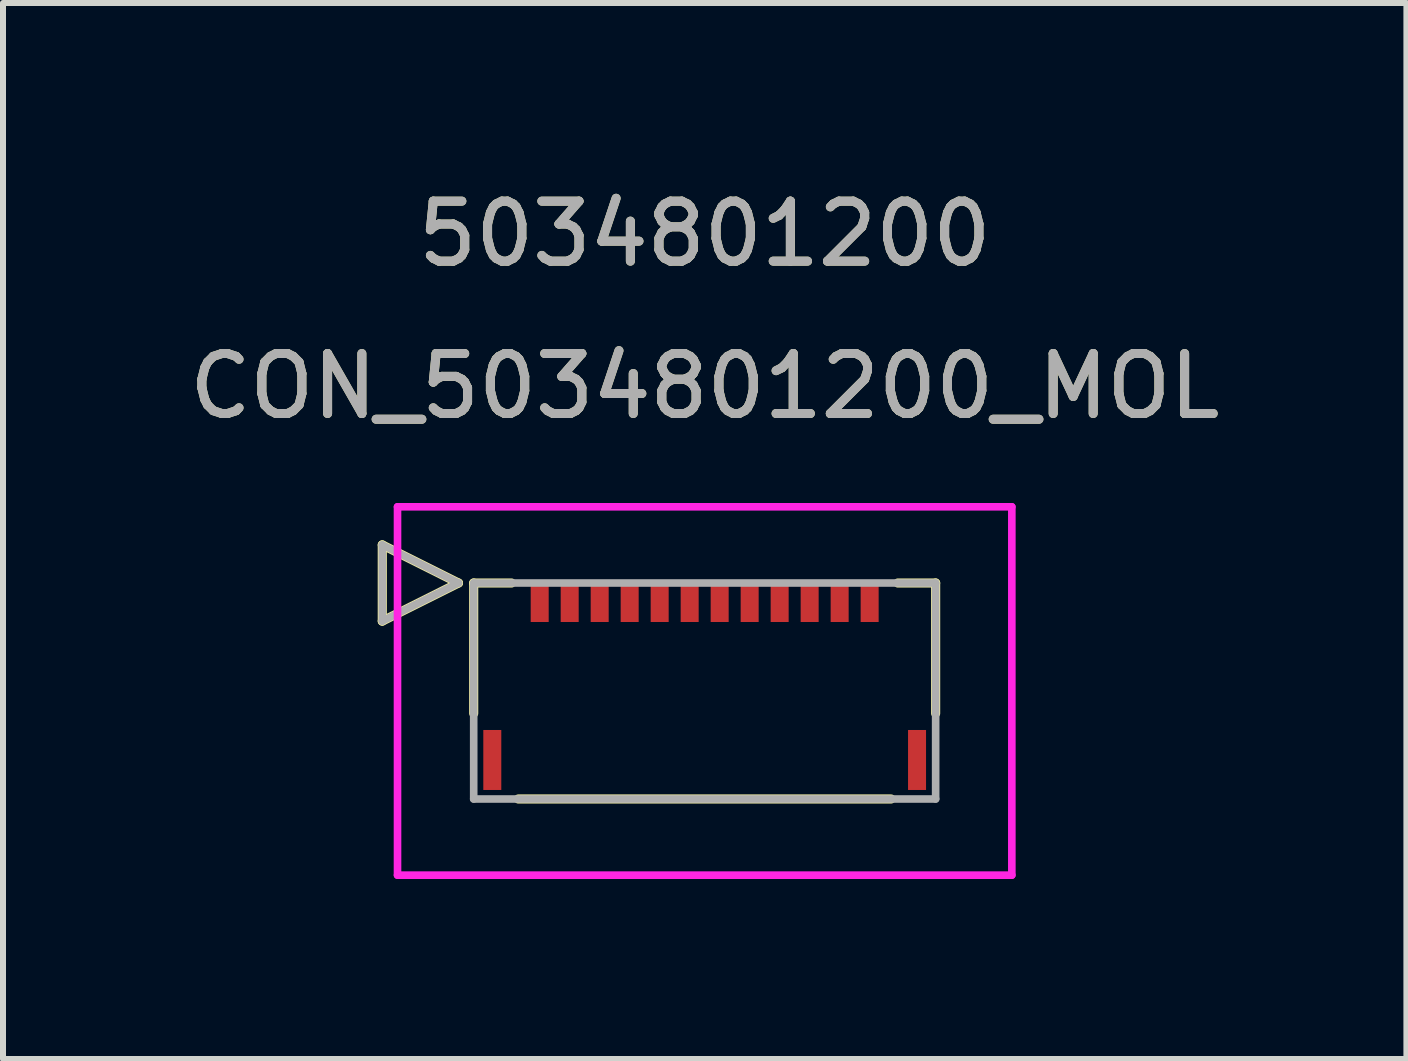
<source format=kicad_pcb>
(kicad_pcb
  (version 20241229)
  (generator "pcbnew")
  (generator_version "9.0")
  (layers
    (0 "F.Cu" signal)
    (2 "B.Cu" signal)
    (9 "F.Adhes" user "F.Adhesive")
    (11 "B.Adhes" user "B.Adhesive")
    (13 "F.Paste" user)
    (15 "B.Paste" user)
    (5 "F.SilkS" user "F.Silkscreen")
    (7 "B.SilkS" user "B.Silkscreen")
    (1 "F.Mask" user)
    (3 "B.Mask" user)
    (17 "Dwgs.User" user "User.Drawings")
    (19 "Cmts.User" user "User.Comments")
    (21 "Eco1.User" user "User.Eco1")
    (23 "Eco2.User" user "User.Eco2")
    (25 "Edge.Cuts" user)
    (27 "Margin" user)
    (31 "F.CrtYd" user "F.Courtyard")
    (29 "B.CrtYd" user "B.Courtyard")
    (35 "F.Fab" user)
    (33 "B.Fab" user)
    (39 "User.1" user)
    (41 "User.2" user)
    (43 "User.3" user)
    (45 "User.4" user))
  (footprint "CON_5034801200_MOL"
    (layer "F.Cu")
    (at 8.696 8.468)
    (property "Reference" "CON_5034801200_MOL" (at 0 -5.08 0) (unlocked yes) (layer "F.SilkS") (effects (font (size 1 1) (thickness 0.15))))
    (attr smd)
    (fp_line (start -5.374 -2.435) (end -5.374 -1.165) (stroke (width 0.152) (type solid)) (layer "F.SilkS"))
    (fp_line (start -5.374 -1.165) (end -4.104 -1.8) (stroke (width 0.152) (type solid)) (layer "F.SilkS"))
    (fp_line (start -4.104 -1.8) (end -5.374 -2.435) (stroke (width 0.152) (type solid)) (layer "F.SilkS"))
    (fp_line (start -3.85 -1.8) (end -3.85 0.373) (stroke (width 0.152) (type solid)) (layer "F.SilkS"))
    (fp_line (start -3.22 -1.8) (end -3.85 -1.8) (stroke (width 0.152) (type solid)) (layer "F.SilkS"))
    (fp_line (start -3.107 1.8) (end 3.107 1.8) (stroke (width 0.152) (type solid)) (layer "F.SilkS"))
    (fp_line (start 3.85 -1.8) (end 3.22 -1.8) (stroke (width 0.152) (type solid)) (layer "F.SilkS"))
    (fp_line (start 3.85 0.373) (end 3.85 -1.8) (stroke (width 0.152) (type solid)) (layer "F.SilkS"))
    (fp_line (start -5.12 -3.07) (end -5.12 3.07) (stroke (width 0.127) (type solid)) (layer "F.CrtYd"))
    (fp_line (start -5.12 3.07) (end 5.12 3.07) (stroke (width 0.127) (type solid)) (layer "F.CrtYd"))
    (fp_line (start 5.12 -3.07) (end -5.12 -3.07) (stroke (width 0.127) (type solid)) (layer "F.CrtYd"))
    (fp_line (start 5.12 3.07) (end 5.12 -3.07) (stroke (width 0.127) (type solid)) (layer "F.CrtYd"))
    (fp_line (start -5.374 -2.435) (end -5.374 -1.165) (stroke (width 0.127) (type solid)) (layer "F.Fab"))
    (fp_line (start -5.374 -1.165) (end -4.104 -1.8) (stroke (width 0.127) (type solid)) (layer "F.Fab"))
    (fp_line (start -4.104 -1.8) (end -5.374 -2.435) (stroke (width 0.127) (type solid)) (layer "F.Fab"))
    (fp_line (start -3.85 -1.8) (end -3.85 1.8) (stroke (width 0.127) (type solid)) (layer "F.Fab"))
    (fp_line (start -3.85 1.8) (end 3.85 1.8) (stroke (width 0.127) (type solid)) (layer "F.Fab"))
    (fp_line (start 3.85 -1.8) (end -3.85 -1.8) (stroke (width 0.127) (type solid)) (layer "F.Fab"))
    (fp_line (start 3.85 1.8) (end 3.85 -1.8) (stroke (width 0.127) (type solid)) (layer "F.Fab"))
    (fp_text user "5034801200" (at 0 -7.62 0) (unlocked yes) (layer "F.SilkS") (effects (font (size 1 1) (thickness 0.15))))
    (fp_text user "${REFERENCE}" (at 0 -5.08 0) (unlocked yes) (layer "F.Fab") (effects (font (size 1 1) (thickness 0.15))))
    (fp_text user "5034801200" (at 0 -7.62 0) (unlocked yes) (layer "F.Fab") (effects (font (size 1 1) (thickness 0.15))))
    (pad "1" smd rect (at -2.75 -1.5) (size 0.3 0.7) (layers "F.Cu" "F.Mask" "F.Paste"))
    (pad "2" smd rect (at -2.25 -1.5) (size 0.3 0.7) (layers "F.Cu" "F.Mask" "F.Paste"))
    (pad "3" smd rect (at -1.75 -1.5) (size 0.3 0.7) (layers "F.Cu" "F.Mask" "F.Paste"))
    (pad "4" smd rect (at -1.25 -1.5) (size 0.3 0.7) (layers "F.Cu" "F.Mask" "F.Paste"))
    (pad "5" smd rect (at -0.75 -1.5) (size 0.3 0.7) (layers "F.Cu" "F.Mask" "F.Paste"))
    (pad "6" smd rect (at -0.25 -1.5) (size 0.3 0.7) (layers "F.Cu" "F.Mask" "F.Paste"))
    (pad "7" smd rect (at 0.25 -1.5) (size 0.3 0.7) (layers "F.Cu" "F.Mask" "F.Paste"))
    (pad "8" smd rect (at 0.75 -1.5) (size 0.3 0.7) (layers "F.Cu" "F.Mask" "F.Paste"))
    (pad "9" smd rect (at 1.25 -1.5) (size 0.3 0.7) (layers "F.Cu" "F.Mask" "F.Paste"))
    (pad "10" smd rect (at 1.75 -1.5) (size 0.3 0.7) (layers "F.Cu" "F.Mask" "F.Paste"))
    (pad "11" smd rect (at 2.25 -1.5) (size 0.3 0.7) (layers "F.Cu" "F.Mask" "F.Paste"))
    (pad "12" smd rect (at 2.75 -1.5) (size 0.3 0.7) (layers "F.Cu" "F.Mask" "F.Paste"))
    (pad "P1" smd rect (at -3.54 1.15) (size 0.3 1) (layers "F.Cu" "F.Mask" "F.Paste"))
    (pad "P2" smd rect (at 3.54 1.15) (size 0.3 1) (layers "F.Cu" "F.Mask" "F.Paste")))
  (gr_rect
    (start -3 -3)
    (end 20.393 14.602)
    (stroke (width 0.1) (type default))
    (fill no)
    (layer "Edge.Cuts")))
</source>
